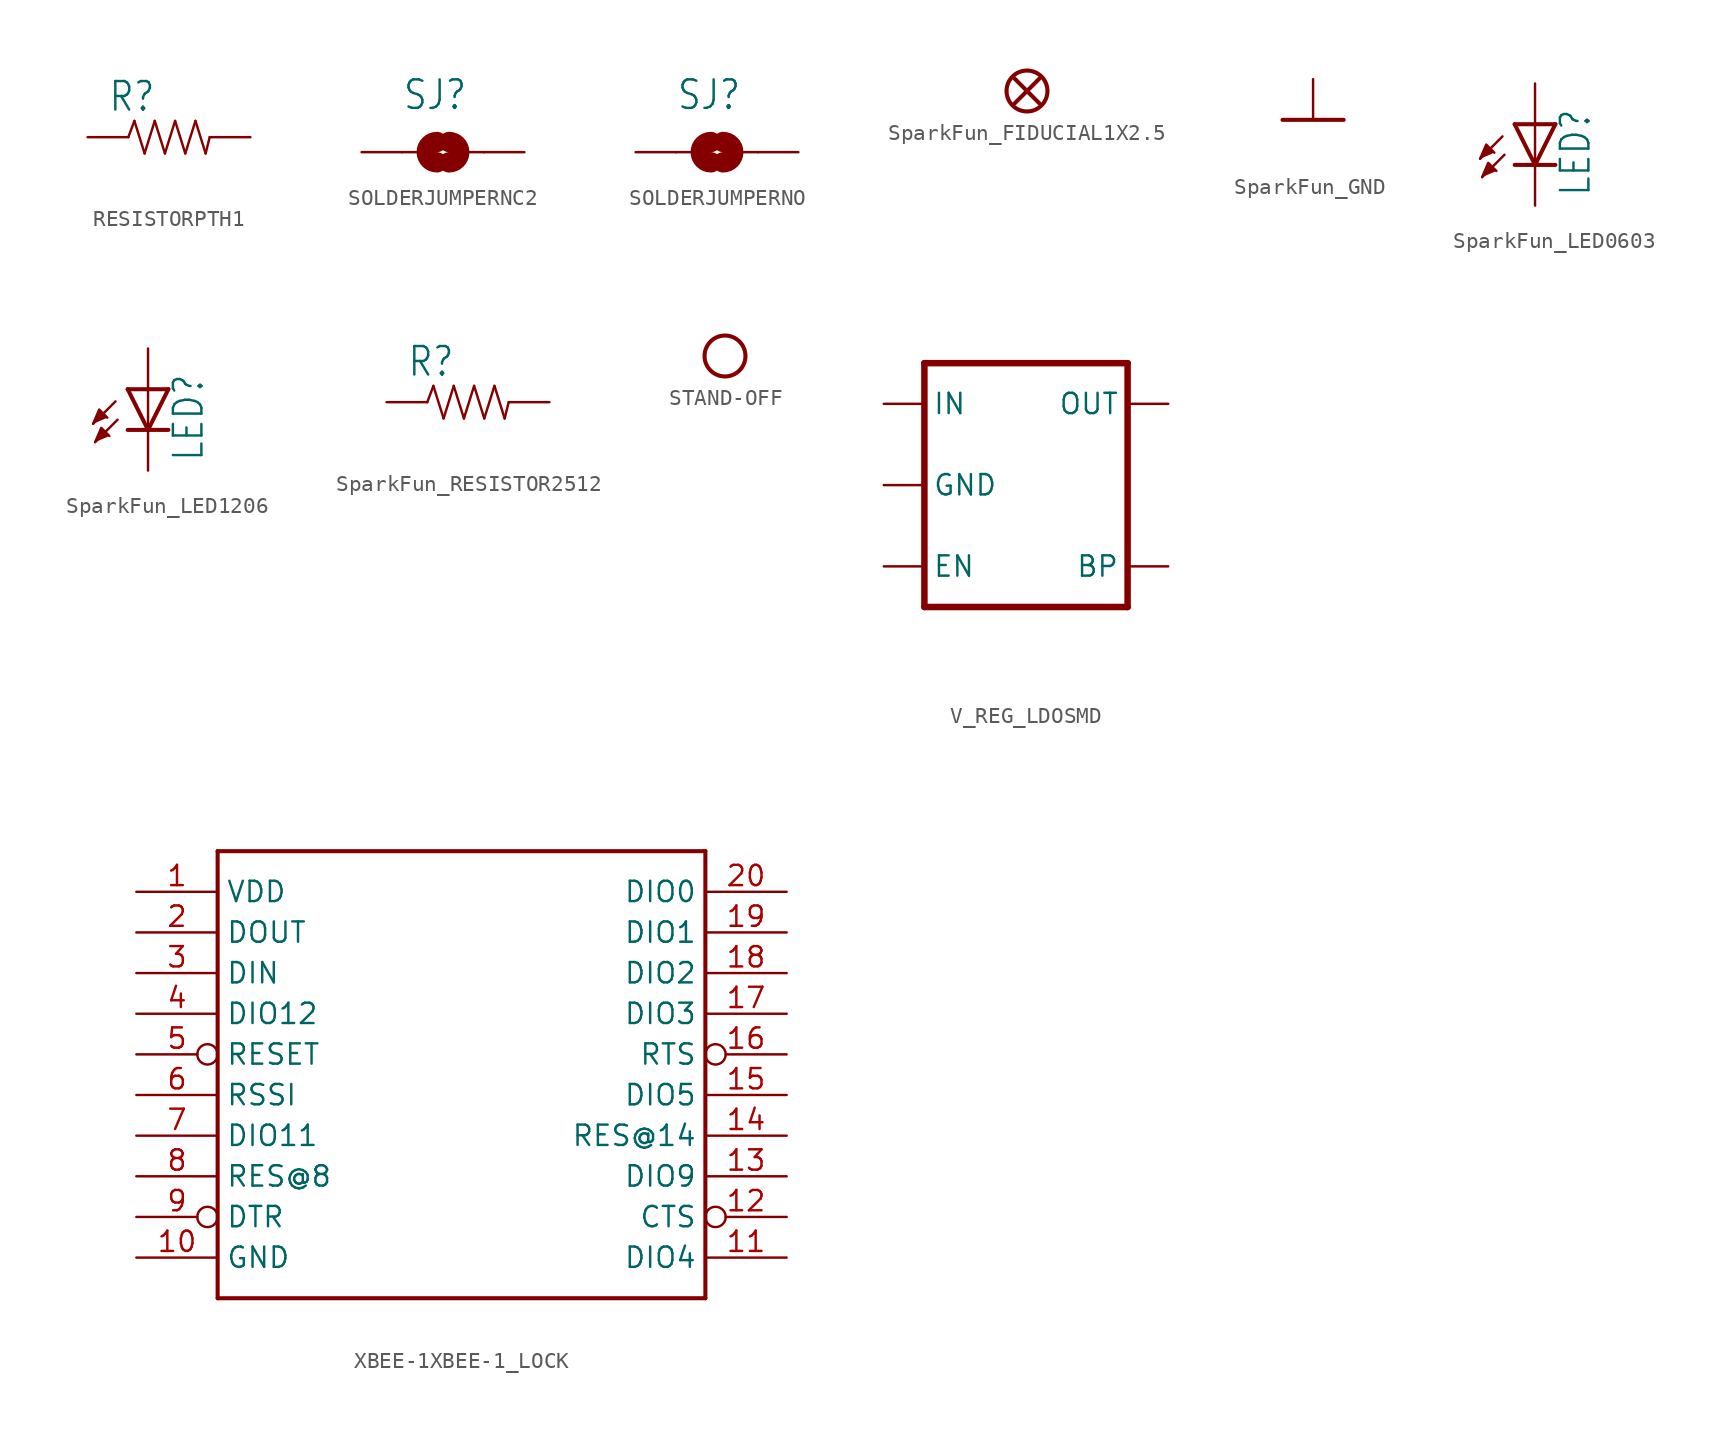
<source format=kicad_sym>
(kicad_symbol_lib
  (version 20231120)
  (generator "kicad_symbol_editor")
  (generator_version "8.0")
  (symbol "RESISTORPTH1"
    (property "Reference" "R"
      (at -3.81 1.499 0)
      (effects (font (size 1.778 1.511)) (justify left bottom)))
    (property "Value" ""
      (at -3.81 -3.302 0)
      (effects (font (size 1.778 1.511)) (justify left bottom)))
    (property "ki_locked" ""
      (at 0 0 0)
      (effects (font (size 1.27 1.27))))
    (symbol "RESISTORPTH1_1_0"
      (polyline (pts (xy -2.54 0) (xy -2.159 1.016)) (stroke (width 0.152) (type solid)) (fill (type none)))
      (polyline (pts (xy -2.159 1.016) (xy -1.524 -1.016)) (stroke (width 0.152) (type solid)) (fill (type none)))
      (polyline (pts (xy -1.524 -1.016) (xy -0.889 1.016)) (stroke (width 0.152) (type solid)) (fill (type none)))
      (polyline (pts (xy -0.889 1.016) (xy -0.254 -1.016)) (stroke (width 0.152) (type solid)) (fill (type none)))
      (polyline (pts (xy -0.254 -1.016) (xy 0.381 1.016)) (stroke (width 0.152) (type solid)) (fill (type none)))
      (polyline (pts (xy 0.381 1.016) (xy 1.016 -1.016)) (stroke (width 0.152) (type solid)) (fill (type none)))
      (polyline (pts (xy 1.016 -1.016) (xy 1.651 1.016)) (stroke (width 0.152) (type solid)) (fill (type none)))
      (polyline (pts (xy 1.651 1.016) (xy 2.286 -1.016)) (stroke (width 0.152) (type solid)) (fill (type none)))
      (polyline (pts (xy 2.286 -1.016) (xy 2.54 0)) (stroke (width 0.152) (type solid)) (fill (type none)))
      (pin passive line (at -5.08 0 0) (length 2.54) (name "1" (effects (font (size 0 0)))) (number "P$1" (effects (font (size 0 0)))))
      (pin passive line (at 5.08 0 180) (length 2.54) (name "2" (effects (font (size 0 0)))) (number "P$2" (effects (font (size 0 0)))))))
  (symbol "SOLDERJUMPERNC2"
    (property "Reference" "SJ"
      (at -2.54 2.54 0)
      (effects (font (size 1.778 1.511)) (justify left bottom)))
    (property "ki_locked" ""
      (at 0 0 0)
      (effects (font (size 1.27 1.27))))
    (symbol "SOLDERJUMPERNC2_1_0"
      (arc (start -0.3808 0.635) (mid -1.0159 0.0001) (end -0.381 -0.635) (stroke (width 1.27) (type solid)) (fill (type none)))
      (polyline (pts (xy -2.54 0) (xy -1.651 0)) (stroke (width 0.152) (type solid)) (fill (type none)))
      (polyline (pts (xy 2.54 0) (xy 1.651 0)) (stroke (width 0.152) (type solid)) (fill (type none)))
      (arc (start 0.3808 -0.635) (mid 1.0159 -0.0001) (end 0.381 0.635) (stroke (width 1.27) (type solid)) (fill (type none)))
      (pin passive line (at -5.08 0 0) (length 2.54) (name "1" (effects (font (size 0 0)))) (number "1" (effects (font (size 0 0)))))
      (pin passive line (at 5.08 0 180) (length 2.54) (name "2" (effects (font (size 0 0)))) (number "2" (effects (font (size 0 0)))))))
  (symbol "SOLDERJUMPERNO"
    (property "Reference" "SJ"
      (at -2.54 2.54 0)
      (effects (font (size 1.778 1.511)) (justify left bottom)))
    (property "ki_locked" ""
      (at 0 0 0)
      (effects (font (size 1.27 1.27))))
    (symbol "SOLDERJUMPERNO_1_0"
      (arc (start -0.3808 0.635) (mid -1.0159 0.0001) (end -0.381 -0.635) (stroke (width 1.27) (type solid)) (fill (type none)))
      (polyline (pts (xy -2.54 0) (xy -1.651 0)) (stroke (width 0.152) (type solid)) (fill (type none)))
      (polyline (pts (xy 2.54 0) (xy 1.651 0)) (stroke (width 0.152) (type solid)) (fill (type none)))
      (arc (start 0.3808 -0.635) (mid 1.0159 -0.0001) (end 0.381 0.635) (stroke (width 1.27) (type solid)) (fill (type none)))
      (pin passive line (at -5.08 0 0) (length 2.54) (name "1" (effects (font (size 0 0)))) (number "1" (effects (font (size 0 0)))))
      (pin passive line (at 5.08 0 180) (length 2.54) (name "2" (effects (font (size 0 0)))) (number "2" (effects (font (size 0 0)))))))
  (symbol "SparkFun_FIDUCIAL1X2.5"
    (property "Reference" "JP"
      (at 0 0 0)
      (effects (font (size 1.27 1.27)) (hide yes)))
    (property "ki_locked" ""
      (at 0 0 0)
      (effects (font (size 1.27 1.27))))
    (symbol "SparkFun_FIDUCIAL1X2.5_1_0"
      (polyline (pts (xy -0.762 0.762) (xy 0.762 -0.762)) (stroke (width 0.254) (type solid)) (fill (type none)))
      (polyline (pts (xy 0.762 0.762) (xy -0.762 -0.762)) (stroke (width 0.254) (type solid)) (fill (type none)))
      (circle (center 0 0) (radius 1.27) (stroke (width 0.254) (type solid)) (fill (type none)))))
  (symbol "SparkFun_GND"
    (power)
    (property "Reference" "#GND"
      (at 0 0 0)
      (effects (font (size 1.27 1.27)) (hide yes)))
    (property "Value" ""
      (at -2.54 -2.54 0)
      (effects (font (size 1.778 1.511)) (justify left bottom)))
    (property "ki_locked" ""
      (at 0 0 0)
      (effects (font (size 1.27 1.27))))
    (symbol "SparkFun_GND_1_0"
      (polyline (pts (xy -1.905 0) (xy 1.905 0)) (stroke (width 0.254) (type solid)) (fill (type none)))
      (pin power_in line (at 0 2.54 270) (length 2.54) (name "GND" (effects (font (size 0 0)))) (number "1" (effects (font (size 0 0)))))))
  (symbol "SparkFun_LED0603"
    (property "Reference" "LED"
      (at 3.556 -4.572 90)
      (effects (font (size 1.778 1.511)) (justify left bottom)))
    (property "Value" ""
      (at 5.715 -4.572 90)
      (effects (font (size 1.778 1.511)) (justify left bottom)))
    (property "ki_locked" ""
      (at 0 0 0)
      (effects (font (size 1.27 1.27))))
    (symbol "SparkFun_LED0603_1_0"
      (polyline (pts (xy -2.032 -0.762) (xy -3.429 -2.159)) (stroke (width 0.152) (type solid)) (fill (type none)))
      (polyline (pts (xy -1.905 -1.905) (xy -3.302 -3.302)) (stroke (width 0.152) (type solid)) (fill (type none)))
      (polyline (pts (xy 0 -2.54) (xy -1.27 -2.54)) (stroke (width 0.254) (type solid)) (fill (type none)))
      (polyline (pts (xy 0 -2.54) (xy -1.27 0)) (stroke (width 0.254) (type solid)) (fill (type none)))
      (polyline (pts (xy 0 0) (xy -1.27 0)) (stroke (width 0.254) (type solid)) (fill (type none)))
      (polyline (pts (xy 0 0) (xy 0 -2.54)) (stroke (width 0.152) (type solid)) (fill (type none)))
      (polyline (pts (xy 1.27 -2.54) (xy 0 -2.54)) (stroke (width 0.254) (type solid)) (fill (type none)))
      (polyline (pts (xy 1.27 0) (xy 0 -2.54)) (stroke (width 0.254) (type solid)) (fill (type none)))
      (polyline (pts (xy 1.27 0) (xy 0 0)) (stroke (width 0.254) (type solid)) (fill (type none)))
      (polyline (pts (xy -3.429 -2.159) (xy -3.048 -1.27) (xy -2.54 -1.778)) (stroke (width 0.152) (type solid)) (fill (type outline)))
      (polyline (pts (xy -3.302 -3.302) (xy -2.921 -2.413) (xy -2.413 -2.921)) (stroke (width 0.152) (type solid)) (fill (type outline)))
      (pin passive line (at 0 2.54 270) (length 2.54) (name "A" (effects (font (size 0 0)))) (number "A" (effects (font (size 0 0)))))
      (pin passive line (at 0 -5.08 90) (length 2.54) (name "C" (effects (font (size 0 0)))) (number "C" (effects (font (size 0 0)))))))
  (symbol "SparkFun_LED1206"
    (property "Reference" "LED"
      (at 3.556 -4.572 90)
      (effects (font (size 1.778 1.511)) (justify left bottom)))
    (property "Value" ""
      (at 5.715 -4.572 90)
      (effects (font (size 1.778 1.511)) (justify left bottom)))
    (property "ki_locked" ""
      (at 0 0 0)
      (effects (font (size 1.27 1.27))))
    (symbol "SparkFun_LED1206_1_0"
      (polyline (pts (xy -2.032 -0.762) (xy -3.429 -2.159)) (stroke (width 0.152) (type solid)) (fill (type none)))
      (polyline (pts (xy -1.905 -1.905) (xy -3.302 -3.302)) (stroke (width 0.152) (type solid)) (fill (type none)))
      (polyline (pts (xy 0 -2.54) (xy -1.27 -2.54)) (stroke (width 0.254) (type solid)) (fill (type none)))
      (polyline (pts (xy 0 -2.54) (xy -1.27 0)) (stroke (width 0.254) (type solid)) (fill (type none)))
      (polyline (pts (xy 0 0) (xy -1.27 0)) (stroke (width 0.254) (type solid)) (fill (type none)))
      (polyline (pts (xy 0 0) (xy 0 -2.54)) (stroke (width 0.152) (type solid)) (fill (type none)))
      (polyline (pts (xy 1.27 -2.54) (xy 0 -2.54)) (stroke (width 0.254) (type solid)) (fill (type none)))
      (polyline (pts (xy 1.27 0) (xy 0 -2.54)) (stroke (width 0.254) (type solid)) (fill (type none)))
      (polyline (pts (xy 1.27 0) (xy 0 0)) (stroke (width 0.254) (type solid)) (fill (type none)))
      (polyline (pts (xy -3.429 -2.159) (xy -3.048 -1.27) (xy -2.54 -1.778)) (stroke (width 0.152) (type solid)) (fill (type outline)))
      (polyline (pts (xy -3.302 -3.302) (xy -2.921 -2.413) (xy -2.413 -2.921)) (stroke (width 0.152) (type solid)) (fill (type outline)))
      (pin passive line (at 0 2.54 270) (length 2.54) (name "A" (effects (font (size 0 0)))) (number "A" (effects (font (size 0 0)))))
      (pin passive line (at 0 -5.08 90) (length 2.54) (name "C" (effects (font (size 0 0)))) (number "C" (effects (font (size 0 0)))))))
  (symbol "SparkFun_RESISTOR2512"
    (property "Reference" "R"
      (at -3.81 1.499 0)
      (effects (font (size 1.778 1.511)) (justify left bottom)))
    (property "Value" ""
      (at -3.81 -3.302 0)
      (effects (font (size 1.778 1.511)) (justify left bottom)))
    (property "ki_locked" ""
      (at 0 0 0)
      (effects (font (size 1.27 1.27))))
    (symbol "SparkFun_RESISTOR2512_1_0"
      (polyline (pts (xy -2.54 0) (xy -2.159 1.016)) (stroke (width 0.152) (type solid)) (fill (type none)))
      (polyline (pts (xy -2.159 1.016) (xy -1.524 -1.016)) (stroke (width 0.152) (type solid)) (fill (type none)))
      (polyline (pts (xy -1.524 -1.016) (xy -0.889 1.016)) (stroke (width 0.152) (type solid)) (fill (type none)))
      (polyline (pts (xy -0.889 1.016) (xy -0.254 -1.016)) (stroke (width 0.152) (type solid)) (fill (type none)))
      (polyline (pts (xy -0.254 -1.016) (xy 0.381 1.016)) (stroke (width 0.152) (type solid)) (fill (type none)))
      (polyline (pts (xy 0.381 1.016) (xy 1.016 -1.016)) (stroke (width 0.152) (type solid)) (fill (type none)))
      (polyline (pts (xy 1.016 -1.016) (xy 1.651 1.016)) (stroke (width 0.152) (type solid)) (fill (type none)))
      (polyline (pts (xy 1.651 1.016) (xy 2.286 -1.016)) (stroke (width 0.152) (type solid)) (fill (type none)))
      (polyline (pts (xy 2.286 -1.016) (xy 2.54 0)) (stroke (width 0.152) (type solid)) (fill (type none)))
      (pin passive line (at -5.08 0 0) (length 2.54) (name "1" (effects (font (size 0 0)))) (number "1" (effects (font (size 0 0)))))
      (pin passive line (at 5.08 0 180) (length 2.54) (name "2" (effects (font (size 0 0)))) (number "2" (effects (font (size 0 0)))))))
  (symbol "STAND-OFF"
    (property "Reference" "JP"
      (at 0 0 0)
      (effects (font (size 1.27 1.27)) (hide yes)))
    (property "ki_locked" ""
      (at 0 0 0)
      (effects (font (size 1.27 1.27))))
    (symbol "STAND-OFF_1_0"
      (circle (center 0 0) (radius 1.27) (stroke (width 0.254) (type solid)) (fill (type none)))))
  (symbol "V_REG_LDOSMD"
    (property "Reference" ""
      (at -7.62 9.144 0)
      (effects (font (size 1.778 1.511)) (justify left bottom) (hide yes)))
    (property "Value" ""
      (at -7.62 -11.43 0)
      (effects (font (size 1.778 1.511)) (justify left bottom)))
    (property "ki_locked" ""
      (at 0 0 0)
      (effects (font (size 1.27 1.27))))
    (symbol "V_REG_LDOSMD_1_0"
      (polyline (pts (xy -7.62 -7.62) (xy 5.08 -7.62)) (stroke (width 0.406) (type solid)) (fill (type none)))
      (polyline (pts (xy -7.62 7.62) (xy -7.62 -7.62)) (stroke (width 0.406) (type solid)) (fill (type none)))
      (polyline (pts (xy 5.08 -7.62) (xy 5.08 7.62)) (stroke (width 0.406) (type solid)) (fill (type none)))
      (polyline (pts (xy 5.08 7.62) (xy -7.62 7.62)) (stroke (width 0.406) (type solid)) (fill (type none)))
      (pin input line (at -10.16 5.08 0) (length 2.54) (name "IN" (effects (font (size 1.27 1.27)))) (number "1" (effects (font (size 0 0)))))
      (pin input line (at -10.16 0 0) (length 2.54) (name "GND" (effects (font (size 1.27 1.27)))) (number "2" (effects (font (size 0 0)))))
      (pin input line (at -10.16 -5.08 0) (length 2.54) (name "EN" (effects (font (size 1.27 1.27)))) (number "3" (effects (font (size 0 0)))))
      (pin input line (at 7.62 -5.08 180) (length 2.54) (name "BP" (effects (font (size 1.27 1.27)))) (number "4" (effects (font (size 0 0)))))
      (pin passive line (at 7.62 5.08 180) (length 2.54) (name "OUT" (effects (font (size 1.27 1.27)))) (number "5" (effects (font (size 0 0)))))))
  (symbol "XBEE-1XBEE-1_LOCK"
    (property "Reference" ""
      (at -15.24 13.462 0)
      (effects (font (size 1.676 1.425)) (justify left bottom) (hide yes)))
    (property "ki_locked" ""
      (at 0 0 0)
      (effects (font (size 1.27 1.27))))
    (symbol "XBEE-1XBEE-1_LOCK_1_0"
      (polyline (pts (xy -15.24 -15.24) (xy -15.24 12.7)) (stroke (width 0.254) (type solid)) (fill (type none)))
      (polyline (pts (xy -15.24 12.7) (xy 15.24 12.7)) (stroke (width 0.254) (type solid)) (fill (type none)))
      (polyline (pts (xy 15.24 -15.24) (xy -15.24 -15.24)) (stroke (width 0.254) (type solid)) (fill (type none)))
      (polyline (pts (xy 15.24 12.7) (xy 15.24 -15.24)) (stroke (width 0.254) (type solid)) (fill (type none)))
      (pin power_in line (at -20.32 10.16 0) (length 5.08) (name "VDD" (effects (font (size 1.27 1.27)))) (number "1" (effects (font (size 1.27 1.27)))))
      (pin power_in line (at -20.32 -12.7 0) (length 5.08) (name "GND" (effects (font (size 1.27 1.27)))) (number "10" (effects (font (size 1.27 1.27)))))
      (pin bidirectional line (at 20.32 -12.7 180) (length 5.08) (name "DIO4" (effects (font (size 1.27 1.27)))) (number "11" (effects (font (size 1.27 1.27)))))
      (pin output inverted (at 20.32 -10.16 180) (length 5.08) (name "CTS" (effects (font (size 1.27 1.27)))) (number "12" (effects (font (size 1.27 1.27)))))
      (pin bidirectional line (at 20.32 -7.62 180) (length 5.08) (name "DIO9" (effects (font (size 1.27 1.27)))) (number "13" (effects (font (size 1.27 1.27)))))
      (pin bidirectional line (at 20.32 -5.08 180) (length 5.08) (name "RES@14" (effects (font (size 1.27 1.27)))) (number "14" (effects (font (size 1.27 1.27)))))
      (pin bidirectional line (at 20.32 -2.54 180) (length 5.08) (name "DIO5" (effects (font (size 1.27 1.27)))) (number "15" (effects (font (size 1.27 1.27)))))
      (pin input inverted (at 20.32 0 180) (length 5.08) (name "RTS" (effects (font (size 1.27 1.27)))) (number "16" (effects (font (size 1.27 1.27)))))
      (pin bidirectional line (at 20.32 2.54 180) (length 5.08) (name "DIO3" (effects (font (size 1.27 1.27)))) (number "17" (effects (font (size 1.27 1.27)))))
      (pin bidirectional line (at 20.32 5.08 180) (length 5.08) (name "DIO2" (effects (font (size 1.27 1.27)))) (number "18" (effects (font (size 1.27 1.27)))))
      (pin bidirectional line (at 20.32 7.62 180) (length 5.08) (name "DIO1" (effects (font (size 1.27 1.27)))) (number "19" (effects (font (size 1.27 1.27)))))
      (pin output line (at -20.32 7.62 0) (length 5.08) (name "DOUT" (effects (font (size 1.27 1.27)))) (number "2" (effects (font (size 1.27 1.27)))))
      (pin bidirectional line (at 20.32 10.16 180) (length 5.08) (name "DIO0" (effects (font (size 1.27 1.27)))) (number "20" (effects (font (size 1.27 1.27)))))
      (pin input line (at -20.32 5.08 0) (length 5.08) (name "DIN" (effects (font (size 1.27 1.27)))) (number "3" (effects (font (size 1.27 1.27)))))
      (pin bidirectional line (at -20.32 2.54 0) (length 5.08) (name "DIO12" (effects (font (size 1.27 1.27)))) (number "4" (effects (font (size 1.27 1.27)))))
      (pin input inverted (at -20.32 0 0) (length 5.08) (name "RESET" (effects (font (size 1.27 1.27)))) (number "5" (effects (font (size 1.27 1.27)))))
      (pin bidirectional line (at -20.32 -2.54 0) (length 5.08) (name "RSSI" (effects (font (size 1.27 1.27)))) (number "6" (effects (font (size 1.27 1.27)))))
      (pin bidirectional line (at -20.32 -5.08 0) (length 5.08) (name "DIO11" (effects (font (size 1.27 1.27)))) (number "7" (effects (font (size 1.27 1.27)))))
      (pin bidirectional line (at -20.32 -7.62 0) (length 5.08) (name "RES@8" (effects (font (size 1.27 1.27)))) (number "8" (effects (font (size 1.27 1.27)))))
      (pin bidirectional inverted (at -20.32 -10.16 0) (length 5.08) (name "DTR" (effects (font (size 1.27 1.27)))) (number "9" (effects (font (size 1.27 1.27))))))))
</source>
